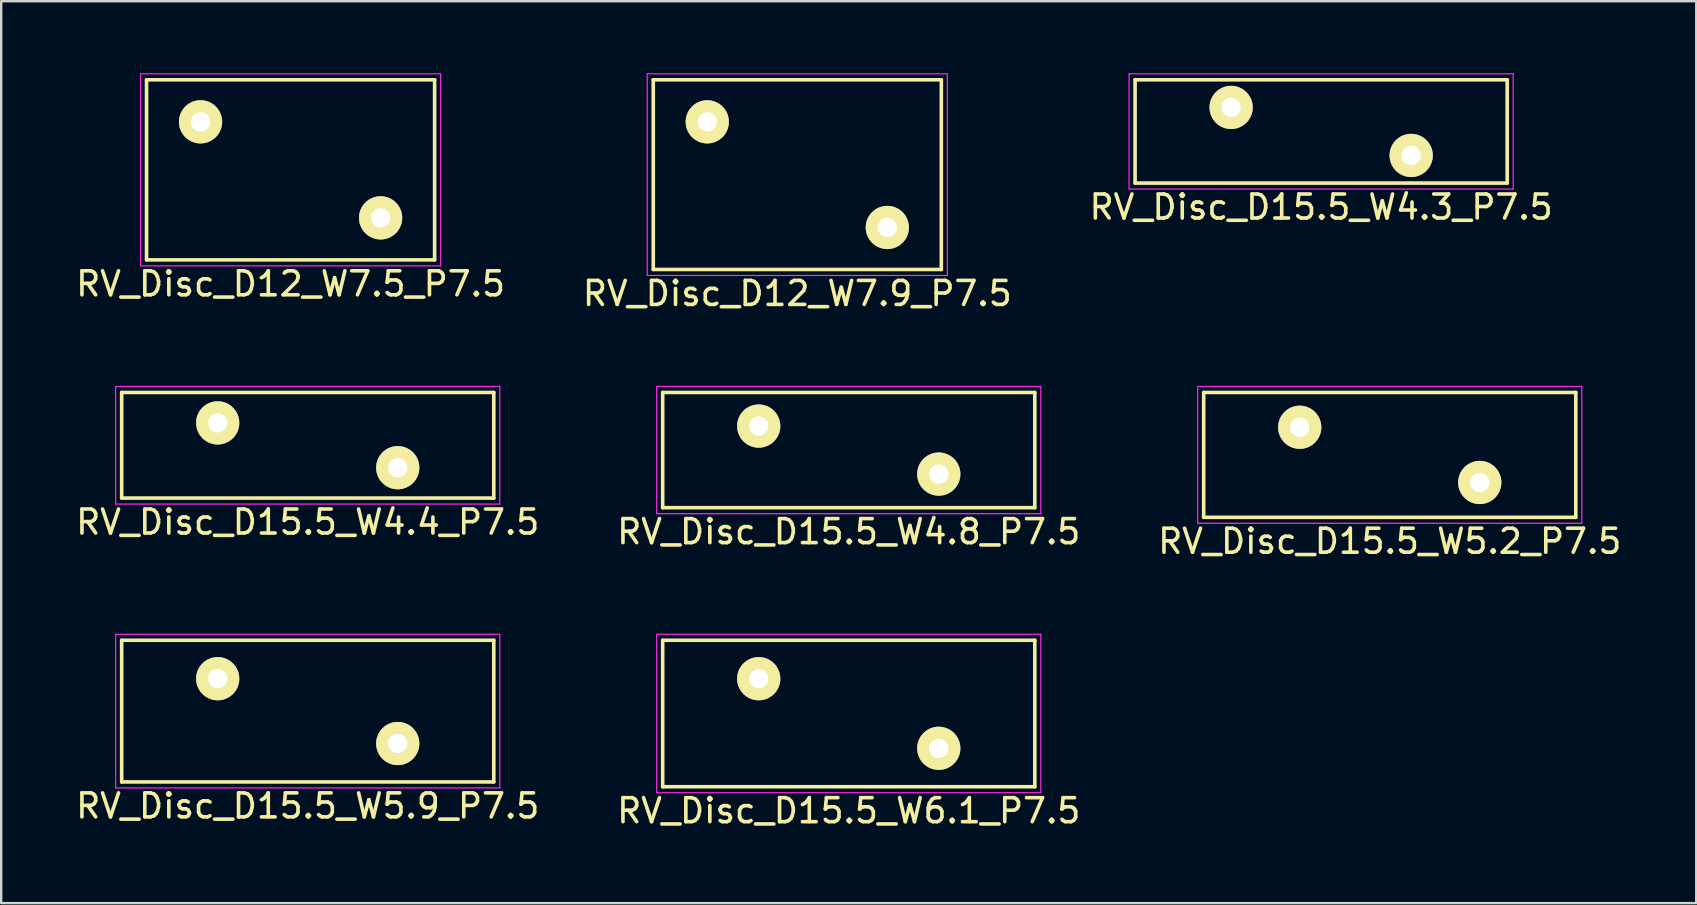
<source format=kicad_pcb>
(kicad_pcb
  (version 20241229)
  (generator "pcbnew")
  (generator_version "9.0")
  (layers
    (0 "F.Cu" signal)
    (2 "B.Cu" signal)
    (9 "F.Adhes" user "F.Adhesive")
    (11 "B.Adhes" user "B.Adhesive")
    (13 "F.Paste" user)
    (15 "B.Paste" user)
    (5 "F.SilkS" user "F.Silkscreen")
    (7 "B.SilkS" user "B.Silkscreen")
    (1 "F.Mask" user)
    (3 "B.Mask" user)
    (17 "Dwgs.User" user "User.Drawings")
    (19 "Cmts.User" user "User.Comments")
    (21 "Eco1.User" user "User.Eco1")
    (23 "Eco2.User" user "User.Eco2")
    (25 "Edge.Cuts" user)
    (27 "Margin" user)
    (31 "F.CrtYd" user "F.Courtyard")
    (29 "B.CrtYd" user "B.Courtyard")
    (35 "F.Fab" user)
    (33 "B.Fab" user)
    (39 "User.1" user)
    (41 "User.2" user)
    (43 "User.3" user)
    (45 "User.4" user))
  (footprint "RV_Disc_D15.5_W5.2_P7.5"
    (layer "F.Cu")
    (at 51.089 14.748)
    (property "Reference" "RV_Disc_D15.5_W5.2_P7.5" (at 3.75 4.75 0) (layer "F.SilkS") (effects (font (size 1 1) (thickness 0.15))))
    (attr through_hole)
    (fp_line (start -4 -1.45) (end -4 3.75) (stroke (width 0.15) (type solid)) (layer "F.SilkS"))
    (fp_line (start -4 -1.45) (end 11.5 -1.45) (stroke (width 0.15) (type solid)) (layer "F.SilkS"))
    (fp_line (start -4 3.75) (end 11.5 3.75) (stroke (width 0.15) (type solid)) (layer "F.SilkS"))
    (fp_line (start 11.5 -1.45) (end 11.5 3.75) (stroke (width 0.15) (type solid)) (layer "F.SilkS"))
    (fp_line (start -4.25 -1.7) (end -4.25 4) (stroke (width 0.05) (type solid)) (layer "F.CrtYd"))
    (fp_line (start -4.25 -1.7) (end 11.75 -1.7) (stroke (width 0.05) (type solid)) (layer "F.CrtYd"))
    (fp_line (start -4.25 4) (end 11.75 4) (stroke (width 0.05) (type solid)) (layer "F.CrtYd"))
    (fp_line (start 11.75 -1.7) (end 11.75 4) (stroke (width 0.05) (type solid)) (layer "F.CrtYd"))
    (pad "1" thru_hole circle (at 0 0) (size 1.8 1.8) (drill 0.8) (layers "*.Cu" "*.Mask" "F.SilkS"))
    (pad "2" thru_hole circle (at 7.5 2.3) (size 1.8 1.8) (drill 0.8) (layers "*.Cu" "*.Mask" "F.SilkS")))
  (footprint "RV_Disc_D12_W7.5_P7.5"
    (layer "F.Cu")
    (at 5.304 2.025)
    (property "Reference" "RV_Disc_D12_W7.5_P7.5" (at 3.75 6.75 0) (layer "F.SilkS") (effects (font (size 1 1) (thickness 0.15))))
    (attr through_hole)
    (fp_line (start -2.25 -1.75) (end -2.25 5.75) (stroke (width 0.15) (type solid)) (layer "F.SilkS"))
    (fp_line (start -2.25 -1.75) (end 9.75 -1.75) (stroke (width 0.15) (type solid)) (layer "F.SilkS"))
    (fp_line (start -2.25 5.75) (end 9.75 5.75) (stroke (width 0.15) (type solid)) (layer "F.SilkS"))
    (fp_line (start 9.75 -1.75) (end 9.75 5.75) (stroke (width 0.15) (type solid)) (layer "F.SilkS"))
    (fp_line (start -2.5 -2) (end -2.5 6) (stroke (width 0.05) (type solid)) (layer "F.CrtYd"))
    (fp_line (start -2.5 -2) (end 10 -2) (stroke (width 0.05) (type solid)) (layer "F.CrtYd"))
    (fp_line (start -2.5 6) (end 10 6) (stroke (width 0.05) (type solid)) (layer "F.CrtYd"))
    (fp_line (start 10 -2) (end 10 6) (stroke (width 0.05) (type solid)) (layer "F.CrtYd"))
    (pad "1" thru_hole circle (at 0 0) (size 1.8 1.8) (drill 0.8) (layers "*.Cu" "*.Mask" "F.SilkS"))
    (pad "2" thru_hole circle (at 7.5 4) (size 1.8 1.8) (drill 0.8) (layers "*.Cu" "*.Mask" "F.SilkS")))
  (footprint "RV_Disc_D15.5_W6.1_P7.5"
    (layer "F.Cu")
    (at 28.554 25.221)
    (property "Reference" "RV_Disc_D15.5_W6.1_P7.5" (at 3.75 5.5 0) (layer "F.SilkS") (effects (font (size 1 1) (thickness 0.15))))
    (attr through_hole)
    (fp_line (start -4 -1.6) (end -4 4.5) (stroke (width 0.15) (type solid)) (layer "F.SilkS"))
    (fp_line (start -4 -1.6) (end 11.5 -1.6) (stroke (width 0.15) (type solid)) (layer "F.SilkS"))
    (fp_line (start -4 4.5) (end 11.5 4.5) (stroke (width 0.15) (type solid)) (layer "F.SilkS"))
    (fp_line (start 11.5 -1.6) (end 11.5 4.5) (stroke (width 0.15) (type solid)) (layer "F.SilkS"))
    (fp_line (start -4.25 -1.85) (end -4.25 4.75) (stroke (width 0.05) (type solid)) (layer "F.CrtYd"))
    (fp_line (start -4.25 -1.85) (end 11.75 -1.85) (stroke (width 0.05) (type solid)) (layer "F.CrtYd"))
    (fp_line (start -4.25 4.75) (end 11.75 4.75) (stroke (width 0.05) (type solid)) (layer "F.CrtYd"))
    (fp_line (start 11.75 -1.85) (end 11.75 4.75) (stroke (width 0.05) (type solid)) (layer "F.CrtYd"))
    (pad "1" thru_hole circle (at 0 0) (size 1.8 1.8) (drill 0.8) (layers "*.Cu" "*.Mask" "F.SilkS"))
    (pad "2" thru_hole circle (at 7.5 2.9) (size 1.8 1.8) (drill 0.8) (layers "*.Cu" "*.Mask" "F.SilkS")))
  (footprint "RV_Disc_D12_W7.9_P7.5"
    (layer "F.Cu")
    (at 26.411 2.025)
    (property "Reference" "RV_Disc_D12_W7.9_P7.5" (at 3.75 7.15 0) (layer "F.SilkS") (effects (font (size 1 1) (thickness 0.15))))
    (attr through_hole)
    (fp_line (start -2.25 -1.75) (end -2.25 6.15) (stroke (width 0.15) (type solid)) (layer "F.SilkS"))
    (fp_line (start -2.25 -1.75) (end 9.75 -1.75) (stroke (width 0.15) (type solid)) (layer "F.SilkS"))
    (fp_line (start -2.25 6.15) (end 9.75 6.15) (stroke (width 0.15) (type solid)) (layer "F.SilkS"))
    (fp_line (start 9.75 -1.75) (end 9.75 6.15) (stroke (width 0.15) (type solid)) (layer "F.SilkS"))
    (fp_line (start -2.5 -2) (end -2.5 6.4) (stroke (width 0.05) (type solid)) (layer "F.CrtYd"))
    (fp_line (start -2.5 -2) (end 10 -2) (stroke (width 0.05) (type solid)) (layer "F.CrtYd"))
    (fp_line (start -2.5 6.4) (end 10 6.4) (stroke (width 0.05) (type solid)) (layer "F.CrtYd"))
    (fp_line (start 10 -2) (end 10 6.4) (stroke (width 0.05) (type solid)) (layer "F.CrtYd"))
    (pad "1" thru_hole circle (at 0 0) (size 1.8 1.8) (drill 0.8) (layers "*.Cu" "*.Mask" "F.SilkS"))
    (pad "2" thru_hole circle (at 7.5 4.4) (size 1.8 1.8) (drill 0.8) (layers "*.Cu" "*.Mask" "F.SilkS")))
  (footprint "RV_Disc_D15.5_W4.8_P7.5"
    (layer "F.Cu")
    (at 28.554 14.698)
    (property "Reference" "RV_Disc_D15.5_W4.8_P7.5" (at 3.75 4.4 0) (layer "F.SilkS") (effects (font (size 1 1) (thickness 0.15))))
    (attr through_hole)
    (fp_line (start -4 -1.4) (end -4 3.4) (stroke (width 0.15) (type solid)) (layer "F.SilkS"))
    (fp_line (start -4 -1.4) (end 11.5 -1.4) (stroke (width 0.15) (type solid)) (layer "F.SilkS"))
    (fp_line (start -4 3.4) (end 11.5 3.4) (stroke (width 0.15) (type solid)) (layer "F.SilkS"))
    (fp_line (start 11.5 -1.4) (end 11.5 3.4) (stroke (width 0.15) (type solid)) (layer "F.SilkS"))
    (fp_line (start -4.25 -1.65) (end -4.25 3.65) (stroke (width 0.05) (type solid)) (layer "F.CrtYd"))
    (fp_line (start -4.25 -1.65) (end 11.75 -1.65) (stroke (width 0.05) (type solid)) (layer "F.CrtYd"))
    (fp_line (start -4.25 3.65) (end 11.75 3.65) (stroke (width 0.05) (type solid)) (layer "F.CrtYd"))
    (fp_line (start 11.75 -1.65) (end 11.75 3.65) (stroke (width 0.05) (type solid)) (layer "F.CrtYd"))
    (pad "1" thru_hole circle (at 0 0) (size 1.8 1.8) (drill 0.8) (layers "*.Cu" "*.Mask" "F.SilkS"))
    (pad "2" thru_hole circle (at 7.5 2) (size 1.8 1.8) (drill 0.8) (layers "*.Cu" "*.Mask" "F.SilkS")))
  (footprint "RV_Disc_D15.5_W5.9_P7.5"
    (layer "F.Cu")
    (at 6.018 25.221)
    (property "Reference" "RV_Disc_D15.5_W5.9_P7.5" (at 3.75 5.3 0) (layer "F.SilkS") (effects (font (size 1 1) (thickness 0.15))))
    (attr through_hole)
    (fp_line (start -4 -1.6) (end -4 4.3) (stroke (width 0.15) (type solid)) (layer "F.SilkS"))
    (fp_line (start -4 -1.6) (end 11.5 -1.6) (stroke (width 0.15) (type solid)) (layer "F.SilkS"))
    (fp_line (start -4 4.3) (end 11.5 4.3) (stroke (width 0.15) (type solid)) (layer "F.SilkS"))
    (fp_line (start 11.5 -1.6) (end 11.5 4.3) (stroke (width 0.15) (type solid)) (layer "F.SilkS"))
    (fp_line (start -4.25 -1.85) (end -4.25 4.55) (stroke (width 0.05) (type solid)) (layer "F.CrtYd"))
    (fp_line (start -4.25 -1.85) (end 11.75 -1.85) (stroke (width 0.05) (type solid)) (layer "F.CrtYd"))
    (fp_line (start -4.25 4.55) (end 11.75 4.55) (stroke (width 0.05) (type solid)) (layer "F.CrtYd"))
    (fp_line (start 11.75 -1.85) (end 11.75 4.55) (stroke (width 0.05) (type solid)) (layer "F.CrtYd"))
    (pad "1" thru_hole circle (at 0 0) (size 1.8 1.8) (drill 0.8) (layers "*.Cu" "*.Mask" "F.SilkS"))
    (pad "2" thru_hole circle (at 7.5 2.7) (size 1.8 1.8) (drill 0.8) (layers "*.Cu" "*.Mask" "F.SilkS")))
  (footprint "RV_Disc_D15.5_W4.4_P7.5"
    (layer "F.Cu")
    (at 6.018 14.565)
    (property "Reference" "RV_Disc_D15.5_W4.4_P7.5" (at 3.75 4.133 0) (layer "F.SilkS") (effects (font (size 1 1) (thickness 0.15))))
    (attr through_hole)
    (fp_line (start -4 -1.267) (end -4 3.133) (stroke (width 0.15) (type solid)) (layer "F.SilkS"))
    (fp_line (start -4 -1.267) (end 11.5 -1.267) (stroke (width 0.15) (type solid)) (layer "F.SilkS"))
    (fp_line (start -4 3.133) (end 11.5 3.133) (stroke (width 0.15) (type solid)) (layer "F.SilkS"))
    (fp_line (start 11.5 -1.267) (end 11.5 3.133) (stroke (width 0.15) (type solid)) (layer "F.SilkS"))
    (fp_line (start -4.25 -1.517) (end -4.25 3.383) (stroke (width 0.05) (type solid)) (layer "F.CrtYd"))
    (fp_line (start -4.25 -1.517) (end 11.75 -1.517) (stroke (width 0.05) (type solid)) (layer "F.CrtYd"))
    (fp_line (start -4.25 3.383) (end 11.75 3.383) (stroke (width 0.05) (type solid)) (layer "F.CrtYd"))
    (fp_line (start 11.75 -1.517) (end 11.75 3.383) (stroke (width 0.05) (type solid)) (layer "F.CrtYd"))
    (pad "1" thru_hole circle (at 0 0) (size 1.8 1.8) (drill 0.8) (layers "*.Cu" "*.Mask" "F.SilkS"))
    (pad "2" thru_hole circle (at 7.5 1.867) (size 1.8 1.8) (drill 0.8) (layers "*.Cu" "*.Mask" "F.SilkS")))
  (footprint "RV_Disc_D15.5_W4.3_P7.5"
    (layer "F.Cu")
    (at 48.232 1.425)
    (property "Reference" "RV_Disc_D15.5_W4.3_P7.5" (at 3.75 4.15 0) (layer "F.SilkS") (effects (font (size 1 1) (thickness 0.15))))
    (attr through_hole)
    (fp_line (start -4 -1.15) (end -4 3.15) (stroke (width 0.15) (type solid)) (layer "F.SilkS"))
    (fp_line (start -4 -1.15) (end 11.5 -1.15) (stroke (width 0.15) (type solid)) (layer "F.SilkS"))
    (fp_line (start -4 3.15) (end 11.5 3.15) (stroke (width 0.15) (type solid)) (layer "F.SilkS"))
    (fp_line (start 11.5 -1.15) (end 11.5 3.15) (stroke (width 0.15) (type solid)) (layer "F.SilkS"))
    (fp_line (start -4.25 -1.4) (end -4.25 3.4) (stroke (width 0.05) (type solid)) (layer "F.CrtYd"))
    (fp_line (start -4.25 -1.4) (end 11.75 -1.4) (stroke (width 0.05) (type solid)) (layer "F.CrtYd"))
    (fp_line (start -4.25 3.4) (end 11.75 3.4) (stroke (width 0.05) (type solid)) (layer "F.CrtYd"))
    (fp_line (start 11.75 -1.4) (end 11.75 3.4) (stroke (width 0.05) (type solid)) (layer "F.CrtYd"))
    (pad "1" thru_hole circle (at 0 0) (size 1.8 1.8) (drill 0.8) (layers "*.Cu" "*.Mask" "F.SilkS"))
    (pad "2" thru_hole circle (at 7.5 2) (size 1.8 1.8) (drill 0.8) (layers "*.Cu" "*.Mask" "F.SilkS")))
  (gr_rect
    (start -3 -3)
    (end 67.607 34.57)
    (stroke (width 0.1) (type default))
    (fill no)
    (layer "Edge.Cuts")))
</source>
